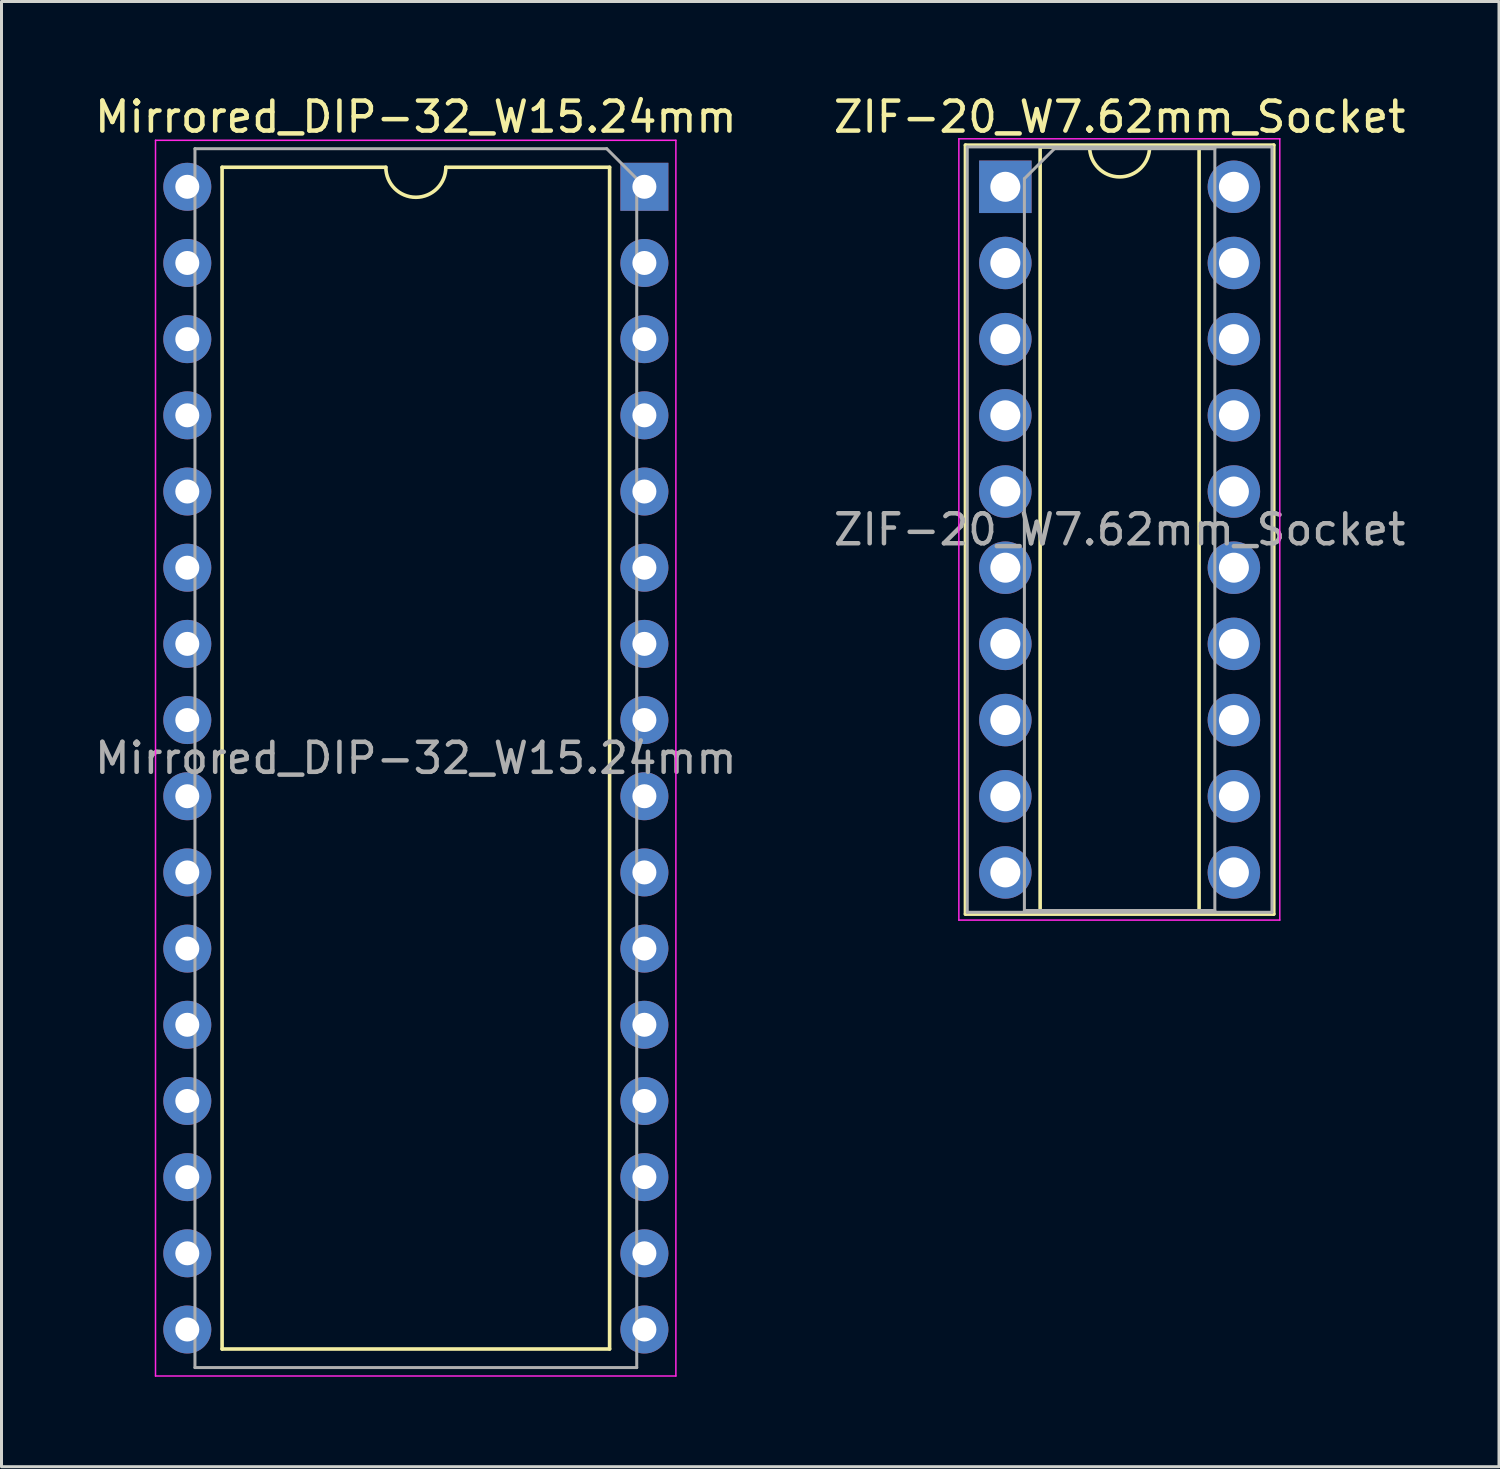
<source format=kicad_pcb>
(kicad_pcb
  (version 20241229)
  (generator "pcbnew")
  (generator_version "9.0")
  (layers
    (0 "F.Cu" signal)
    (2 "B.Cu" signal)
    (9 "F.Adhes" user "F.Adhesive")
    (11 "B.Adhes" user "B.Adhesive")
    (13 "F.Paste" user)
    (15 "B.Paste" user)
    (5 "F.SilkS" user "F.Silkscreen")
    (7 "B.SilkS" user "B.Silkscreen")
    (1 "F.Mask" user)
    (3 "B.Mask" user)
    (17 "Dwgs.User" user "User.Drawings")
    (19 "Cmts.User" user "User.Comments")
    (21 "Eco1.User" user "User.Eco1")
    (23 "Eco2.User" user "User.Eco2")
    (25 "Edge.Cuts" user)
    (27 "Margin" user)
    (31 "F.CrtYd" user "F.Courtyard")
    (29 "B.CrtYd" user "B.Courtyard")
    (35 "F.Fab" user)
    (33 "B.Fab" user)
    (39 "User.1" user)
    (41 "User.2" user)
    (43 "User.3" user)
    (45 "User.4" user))
  (footprint "Mirrored_DIP-32_W15.24mm"
    (layer "F.Cu")
    (at 3.195 3.178)
    (property "Reference" "Mirrored_DIP-32_W15.24mm" (at 7.62 -2.33 0) (layer "F.SilkS") (effects (font (size 1 1) (thickness 0.15))))
    (attr through_hole)
    (fp_line (start 1.16 -0.65) (end 6.62 -0.65) (stroke (width 0.12) (type solid)) (layer "F.SilkS"))
    (fp_line (start 1.16 38.75) (end 1.16 -0.65) (stroke (width 0.12) (type solid)) (layer "F.SilkS"))
    (fp_line (start 8.62 -0.65) (end 14.08 -0.65) (stroke (width 0.12) (type solid)) (layer "F.SilkS"))
    (fp_line (start 14.08 -0.65) (end 14.08 38.75) (stroke (width 0.12) (type solid)) (layer "F.SilkS"))
    (fp_line (start 14.08 38.75) (end 1.16 38.75) (stroke (width 0.12) (type solid)) (layer "F.SilkS"))
    (fp_arc (start 8.62 -0.65) (mid 7.62 0.35) (end 6.62 -0.65) (stroke (width 0.12) (type solid)) (layer "F.SilkS"))
    (fp_line (start -1.06 -1.55) (end 16.29 -1.55) (stroke (width 0.05) (type solid)) (layer "F.CrtYd"))
    (fp_line (start -1.06 39.65) (end -1.06 -1.55) (stroke (width 0.05) (type solid)) (layer "F.CrtYd"))
    (fp_line (start 16.29 -1.55) (end 16.29 39.65) (stroke (width 0.05) (type solid)) (layer "F.CrtYd"))
    (fp_line (start 16.29 39.65) (end -1.06 39.65) (stroke (width 0.05) (type solid)) (layer "F.CrtYd"))
    (fp_line (start 0.255 -1.27) (end 0.255 39.37) (stroke (width 0.1) (type solid)) (layer "F.Fab"))
    (fp_line (start 0.255 39.37) (end 14.985 39.37) (stroke (width 0.1) (type solid)) (layer "F.Fab"))
    (fp_line (start 13.985 -1.27) (end 0.255 -1.27) (stroke (width 0.1) (type solid)) (layer "F.Fab"))
    (fp_line (start 14.985 -0.27) (end 13.985 -1.27) (stroke (width 0.1) (type solid)) (layer "F.Fab"))
    (fp_line (start 14.985 39.37) (end 14.985 -0.27) (stroke (width 0.1) (type solid)) (layer "F.Fab"))
    (fp_text user "${REFERENCE}" (at 7.62 19.05 0) (layer "F.Fab") (effects (font (size 1 1) (thickness 0.15))))
    (pad "1" thru_hole rect (at 15.24 0) (size 1.6 1.6) (drill 0.8) (layers "*.Cu" "*.Mask"))
    (pad "2" thru_hole oval (at 15.24 2.54) (size 1.6 1.6) (drill 0.8) (layers "*.Cu" "*.Mask"))
    (pad "3" thru_hole oval (at 15.24 5.08) (size 1.6 1.6) (drill 0.8) (layers "*.Cu" "*.Mask"))
    (pad "4" thru_hole oval (at 15.24 7.62) (size 1.6 1.6) (drill 0.8) (layers "*.Cu" "*.Mask"))
    (pad "5" thru_hole oval (at 15.24 10.16) (size 1.6 1.6) (drill 0.8) (layers "*.Cu" "*.Mask"))
    (pad "6" thru_hole oval (at 15.24 12.7) (size 1.6 1.6) (drill 0.8) (layers "*.Cu" "*.Mask"))
    (pad "7" thru_hole oval (at 15.24 15.24) (size 1.6 1.6) (drill 0.8) (layers "*.Cu" "*.Mask"))
    (pad "8" thru_hole oval (at 15.24 17.78) (size 1.6 1.6) (drill 0.8) (layers "*.Cu" "*.Mask"))
    (pad "9" thru_hole oval (at 15.24 20.32) (size 1.6 1.6) (drill 0.8) (layers "*.Cu" "*.Mask"))
    (pad "10" thru_hole oval (at 15.24 22.86) (size 1.6 1.6) (drill 0.8) (layers "*.Cu" "*.Mask"))
    (pad "11" thru_hole oval (at 15.24 25.4) (size 1.6 1.6) (drill 0.8) (layers "*.Cu" "*.Mask"))
    (pad "12" thru_hole oval (at 15.24 27.94) (size 1.6 1.6) (drill 0.8) (layers "*.Cu" "*.Mask"))
    (pad "13" thru_hole oval (at 15.24 30.48) (size 1.6 1.6) (drill 0.8) (layers "*.Cu" "*.Mask"))
    (pad "14" thru_hole oval (at 15.24 33.02) (size 1.6 1.6) (drill 0.8) (layers "*.Cu" "*.Mask"))
    (pad "15" thru_hole oval (at 15.24 35.56) (size 1.6 1.6) (drill 0.8) (layers "*.Cu" "*.Mask"))
    (pad "16" thru_hole oval (at 15.24 38.1) (size 1.6 1.6) (drill 0.8) (layers "*.Cu" "*.Mask"))
    (pad "17" thru_hole oval (at 0 38.1) (size 1.6 1.6) (drill 0.8) (layers "*.Cu" "*.Mask"))
    (pad "18" thru_hole oval (at 0 35.56) (size 1.6 1.6) (drill 0.8) (layers "*.Cu" "*.Mask"))
    (pad "19" thru_hole oval (at 0 33.02) (size 1.6 1.6) (drill 0.8) (layers "*.Cu" "*.Mask"))
    (pad "20" thru_hole oval (at 0 30.48) (size 1.6 1.6) (drill 0.8) (layers "*.Cu" "*.Mask"))
    (pad "21" thru_hole oval (at 0 27.94) (size 1.6 1.6) (drill 0.8) (layers "*.Cu" "*.Mask"))
    (pad "22" thru_hole oval (at 0 25.4) (size 1.6 1.6) (drill 0.8) (layers "*.Cu" "*.Mask"))
    (pad "23" thru_hole oval (at 0 22.86) (size 1.6 1.6) (drill 0.8) (layers "*.Cu" "*.Mask"))
    (pad "24" thru_hole oval (at 0 20.32) (size 1.6 1.6) (drill 0.8) (layers "*.Cu" "*.Mask"))
    (pad "25" thru_hole oval (at 0 17.78) (size 1.6 1.6) (drill 0.8) (layers "*.Cu" "*.Mask"))
    (pad "26" thru_hole oval (at 0 15.24) (size 1.6 1.6) (drill 0.8) (layers "*.Cu" "*.Mask"))
    (pad "27" thru_hole oval (at 0 12.7) (size 1.6 1.6) (drill 0.8) (layers "*.Cu" "*.Mask"))
    (pad "28" thru_hole oval (at 0 10.16) (size 1.6 1.6) (drill 0.8) (layers "*.Cu" "*.Mask"))
    (pad "29" thru_hole oval (at 0 7.62) (size 1.6 1.6) (drill 0.8) (layers "*.Cu" "*.Mask"))
    (pad "30" thru_hole oval (at 0 5.08) (size 1.6 1.6) (drill 0.8) (layers "*.Cu" "*.Mask"))
    (pad "31" thru_hole oval (at 0 2.54) (size 1.6 1.6) (drill 0.8) (layers "*.Cu" "*.Mask"))
    (pad "32" thru_hole oval (at 0 0) (size 1.6 1.6) (drill 0.8) (layers "*.Cu" "*.Mask")))
  (footprint "ZIF-20_W7.62mm_Socket"
    (layer "F.Cu")
    (at 30.47 3.178)
    (property "Reference" "ZIF-20_W7.62mm_Socket" (at 3.81 -2.33 0) (layer "F.SilkS") (effects (font (size 1 1) (thickness 0.15))))
    (attr through_hole)
    (fp_line (start -1.33 -1.39) (end -1.33 24.25) (stroke (width 0.12) (type solid)) (layer "F.SilkS"))
    (fp_line (start -1.33 24.25) (end 8.95 24.25) (stroke (width 0.12) (type solid)) (layer "F.SilkS"))
    (fp_line (start 1.16 -1.33) (end 1.16 24.19) (stroke (width 0.12) (type solid)) (layer "F.SilkS"))
    (fp_line (start 1.16 24.19) (end 6.46 24.19) (stroke (width 0.12) (type solid)) (layer "F.SilkS"))
    (fp_line (start 2.81 -1.33) (end 1.16 -1.33) (stroke (width 0.12) (type solid)) (layer "F.SilkS"))
    (fp_line (start 6.46 -1.33) (end 4.81 -1.33) (stroke (width 0.12) (type solid)) (layer "F.SilkS"))
    (fp_line (start 6.46 24.19) (end 6.46 -1.33) (stroke (width 0.12) (type solid)) (layer "F.SilkS"))
    (fp_line (start 8.95 -1.39) (end -1.33 -1.39) (stroke (width 0.12) (type solid)) (layer "F.SilkS"))
    (fp_line (start 8.95 24.25) (end 8.95 -1.39) (stroke (width 0.12) (type solid)) (layer "F.SilkS"))
    (fp_arc (start 4.81 -1.33) (mid 3.81 -0.33) (end 2.81 -1.33) (stroke (width 0.12) (type solid)) (layer "F.SilkS"))
    (fp_line (start -1.55 -1.6) (end -1.55 24.45) (stroke (width 0.05) (type solid)) (layer "F.CrtYd"))
    (fp_line (start -1.55 24.45) (end 9.15 24.45) (stroke (width 0.05) (type solid)) (layer "F.CrtYd"))
    (fp_line (start 9.15 -1.6) (end -1.55 -1.6) (stroke (width 0.05) (type solid)) (layer "F.CrtYd"))
    (fp_line (start 9.15 24.45) (end 9.15 -1.6) (stroke (width 0.05) (type solid)) (layer "F.CrtYd"))
    (fp_line (start -1.27 -1.33) (end -1.27 24.19) (stroke (width 0.1) (type solid)) (layer "F.Fab"))
    (fp_line (start -1.27 24.19) (end 8.89 24.19) (stroke (width 0.1) (type solid)) (layer "F.Fab"))
    (fp_line (start 0.635 -0.27) (end 1.635 -1.27) (stroke (width 0.1) (type solid)) (layer "F.Fab"))
    (fp_line (start 0.635 24.13) (end 0.635 -0.27) (stroke (width 0.1) (type solid)) (layer "F.Fab"))
    (fp_line (start 1.635 -1.27) (end 6.985 -1.27) (stroke (width 0.1) (type solid)) (layer "F.Fab"))
    (fp_line (start 6.985 -1.27) (end 6.985 24.13) (stroke (width 0.1) (type solid)) (layer "F.Fab"))
    (fp_line (start 6.985 24.13) (end 0.635 24.13) (stroke (width 0.1) (type solid)) (layer "F.Fab"))
    (fp_line (start 8.89 -1.33) (end -1.27 -1.33) (stroke (width 0.1) (type solid)) (layer "F.Fab"))
    (fp_line (start 8.89 24.19) (end 8.89 -1.33) (stroke (width 0.1) (type solid)) (layer "F.Fab"))
    (fp_text user "${REFERENCE}" (at 3.81 11.43 0) (layer "F.Fab") (effects (font (size 1 1) (thickness 0.15))))
    (pad "1" thru_hole rect (at 0 0) (size 1.75 1.75) (drill 1) (layers "*.Cu" "*.Mask"))
    (pad "2" thru_hole oval (at 0 2.54) (size 1.75 1.75) (drill 1) (layers "*.Cu" "*.Mask"))
    (pad "3" thru_hole oval (at 0 5.08) (size 1.75 1.75) (drill 1) (layers "*.Cu" "*.Mask"))
    (pad "4" thru_hole oval (at 0 7.62) (size 1.75 1.75) (drill 1) (layers "*.Cu" "*.Mask"))
    (pad "5" thru_hole oval (at 0 10.16) (size 1.75 1.75) (drill 1) (layers "*.Cu" "*.Mask"))
    (pad "6" thru_hole oval (at 0 12.7) (size 1.75 1.75) (drill 1) (layers "*.Cu" "*.Mask"))
    (pad "7" thru_hole oval (at 0 15.24) (size 1.75 1.75) (drill 1) (layers "*.Cu" "*.Mask"))
    (pad "8" thru_hole oval (at 0 17.78) (size 1.75 1.75) (drill 1) (layers "*.Cu" "*.Mask"))
    (pad "9" thru_hole oval (at 0 20.32) (size 1.75 1.75) (drill 1) (layers "*.Cu" "*.Mask"))
    (pad "10" thru_hole oval (at 0 22.86) (size 1.75 1.75) (drill 1) (layers "*.Cu" "*.Mask"))
    (pad "11" thru_hole oval (at 7.62 22.86) (size 1.75 1.75) (drill 1) (layers "*.Cu" "*.Mask"))
    (pad "12" thru_hole oval (at 7.62 20.32) (size 1.75 1.75) (drill 1) (layers "*.Cu" "*.Mask"))
    (pad "13" thru_hole oval (at 7.62 17.78) (size 1.75 1.75) (drill 1) (layers "*.Cu" "*.Mask"))
    (pad "14" thru_hole oval (at 7.62 15.24) (size 1.75 1.75) (drill 1) (layers "*.Cu" "*.Mask"))
    (pad "15" thru_hole oval (at 7.62 12.7) (size 1.75 1.75) (drill 1) (layers "*.Cu" "*.Mask"))
    (pad "16" thru_hole oval (at 7.62 10.16) (size 1.75 1.75) (drill 1) (layers "*.Cu" "*.Mask"))
    (pad "17" thru_hole oval (at 7.62 7.62) (size 1.75 1.75) (drill 1) (layers "*.Cu" "*.Mask"))
    (pad "18" thru_hole oval (at 7.62 5.08) (size 1.75 1.75) (drill 1) (layers "*.Cu" "*.Mask"))
    (pad "19" thru_hole oval (at 7.62 2.54) (size 1.75 1.75) (drill 1) (layers "*.Cu" "*.Mask"))
    (pad "20" thru_hole oval (at 7.62 0) (size 1.75 1.75) (drill 1) (layers "*.Cu" "*.Mask")))
  (gr_rect
    (start -3 -3)
    (end 46.929 45.853)
    (stroke (width 0.1) (type default))
    (fill no)
    (layer "Edge.Cuts")))
</source>
